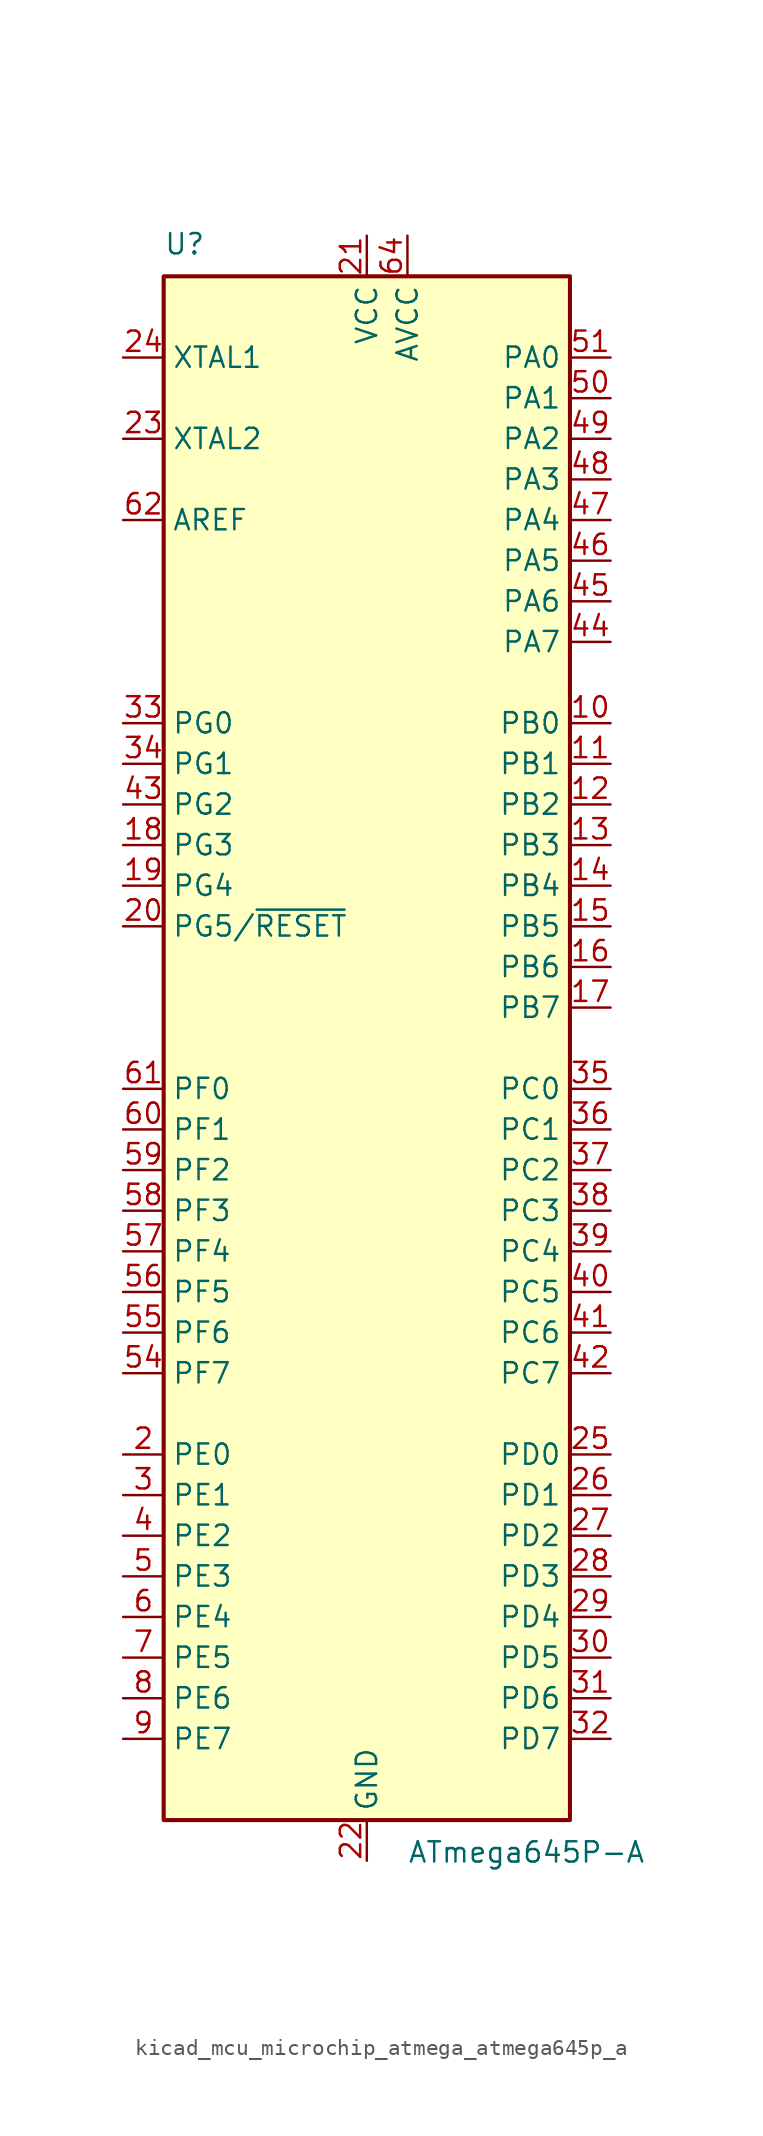
<source format=kicad_sym>
(kicad_symbol_lib
  (version 20220914)
  (generator kicad_symbol_editor)
  (symbol "kicad_mcu_microchip_atmega_atmega645p_a"
    (property "Reference" "U"
      (at -12.7 49.53 0)
      (effects (font (size 1.27 1.27)) (justify left bottom)))
    (property "Value" "ATmega645P-A"
      (at 2.54 -49.53 0)
      (effects (font (size 1.27 1.27)) (justify left top)))
    (symbol "kicad_mcu_microchip_atmega_atmega645p_a_0_1"
      (rectangle (start -12.7 -48.26) (end 12.7 48.26) (stroke (width 0.254) (type default)) (fill (type background))))
    (symbol "kicad_mcu_microchip_atmega_atmega645p_a_1_1"
      (pin no_connect line (at -12.7 -45.72 0) (length 2.54) hide (name "NC" (effects (font (size 1.27 1.27)))) (number "1" (effects (font (size 1.27 1.27)))))
      (pin bidirectional line (at 15.24 20.32 180) (length 2.54) (name "PB0" (effects (font (size 1.27 1.27)))) (number "10" (effects (font (size 1.27 1.27)))))
      (pin bidirectional line (at 15.24 17.78 180) (length 2.54) (name "PB1" (effects (font (size 1.27 1.27)))) (number "11" (effects (font (size 1.27 1.27)))))
      (pin bidirectional line (at 15.24 15.24 180) (length 2.54) (name "PB2" (effects (font (size 1.27 1.27)))) (number "12" (effects (font (size 1.27 1.27)))))
      (pin bidirectional line (at 15.24 12.7 180) (length 2.54) (name "PB3" (effects (font (size 1.27 1.27)))) (number "13" (effects (font (size 1.27 1.27)))))
      (pin bidirectional line (at 15.24 10.16 180) (length 2.54) (name "PB4" (effects (font (size 1.27 1.27)))) (number "14" (effects (font (size 1.27 1.27)))))
      (pin bidirectional line (at 15.24 7.62 180) (length 2.54) (name "PB5" (effects (font (size 1.27 1.27)))) (number "15" (effects (font (size 1.27 1.27)))))
      (pin bidirectional line (at 15.24 5.08 180) (length 2.54) (name "PB6" (effects (font (size 1.27 1.27)))) (number "16" (effects (font (size 1.27 1.27)))))
      (pin bidirectional line (at 15.24 2.54 180) (length 2.54) (name "PB7" (effects (font (size 1.27 1.27)))) (number "17" (effects (font (size 1.27 1.27)))))
      (pin bidirectional line (at -15.24 12.7 0) (length 2.54) (name "PG3" (effects (font (size 1.27 1.27)))) (number "18" (effects (font (size 1.27 1.27)))))
      (pin bidirectional line (at -15.24 10.16 0) (length 2.54) (name "PG4" (effects (font (size 1.27 1.27)))) (number "19" (effects (font (size 1.27 1.27)))))
      (pin bidirectional line (at -15.24 -25.4 0) (length 2.54) (name "PE0" (effects (font (size 1.27 1.27)))) (number "2" (effects (font (size 1.27 1.27)))))
      (pin bidirectional line (at -15.24 7.62 0) (length 2.54) (name "PG5/~{RESET}" (effects (font (size 1.27 1.27)))) (number "20" (effects (font (size 1.27 1.27)))))
      (pin power_in line (at 0 50.8 270) (length 2.54) (name "VCC" (effects (font (size 1.27 1.27)))) (number "21" (effects (font (size 1.27 1.27)))))
      (pin power_in line (at 0 -50.8 90) (length 2.54) (name "GND" (effects (font (size 1.27 1.27)))) (number "22" (effects (font (size 1.27 1.27)))))
      (pin output line (at -15.24 38.1 0) (length 2.54) (name "XTAL2" (effects (font (size 1.27 1.27)))) (number "23" (effects (font (size 1.27 1.27)))))
      (pin input line (at -15.24 43.18 0) (length 2.54) (name "XTAL1" (effects (font (size 1.27 1.27)))) (number "24" (effects (font (size 1.27 1.27)))))
      (pin bidirectional line (at 15.24 -25.4 180) (length 2.54) (name "PD0" (effects (font (size 1.27 1.27)))) (number "25" (effects (font (size 1.27 1.27)))))
      (pin bidirectional line (at 15.24 -27.94 180) (length 2.54) (name "PD1" (effects (font (size 1.27 1.27)))) (number "26" (effects (font (size 1.27 1.27)))))
      (pin bidirectional line (at 15.24 -30.48 180) (length 2.54) (name "PD2" (effects (font (size 1.27 1.27)))) (number "27" (effects (font (size 1.27 1.27)))))
      (pin bidirectional line (at 15.24 -33.02 180) (length 2.54) (name "PD3" (effects (font (size 1.27 1.27)))) (number "28" (effects (font (size 1.27 1.27)))))
      (pin bidirectional line (at 15.24 -35.56 180) (length 2.54) (name "PD4" (effects (font (size 1.27 1.27)))) (number "29" (effects (font (size 1.27 1.27)))))
      (pin bidirectional line (at -15.24 -27.94 0) (length 2.54) (name "PE1" (effects (font (size 1.27 1.27)))) (number "3" (effects (font (size 1.27 1.27)))))
      (pin bidirectional line (at 15.24 -38.1 180) (length 2.54) (name "PD5" (effects (font (size 1.27 1.27)))) (number "30" (effects (font (size 1.27 1.27)))))
      (pin bidirectional line (at 15.24 -40.64 180) (length 2.54) (name "PD6" (effects (font (size 1.27 1.27)))) (number "31" (effects (font (size 1.27 1.27)))))
      (pin bidirectional line (at 15.24 -43.18 180) (length 2.54) (name "PD7" (effects (font (size 1.27 1.27)))) (number "32" (effects (font (size 1.27 1.27)))))
      (pin bidirectional line (at -15.24 20.32 0) (length 2.54) (name "PG0" (effects (font (size 1.27 1.27)))) (number "33" (effects (font (size 1.27 1.27)))))
      (pin bidirectional line (at -15.24 17.78 0) (length 2.54) (name "PG1" (effects (font (size 1.27 1.27)))) (number "34" (effects (font (size 1.27 1.27)))))
      (pin bidirectional line (at 15.24 -2.54 180) (length 2.54) (name "PC0" (effects (font (size 1.27 1.27)))) (number "35" (effects (font (size 1.27 1.27)))))
      (pin bidirectional line (at 15.24 -5.08 180) (length 2.54) (name "PC1" (effects (font (size 1.27 1.27)))) (number "36" (effects (font (size 1.27 1.27)))))
      (pin bidirectional line (at 15.24 -7.62 180) (length 2.54) (name "PC2" (effects (font (size 1.27 1.27)))) (number "37" (effects (font (size 1.27 1.27)))))
      (pin bidirectional line (at 15.24 -10.16 180) (length 2.54) (name "PC3" (effects (font (size 1.27 1.27)))) (number "38" (effects (font (size 1.27 1.27)))))
      (pin bidirectional line (at 15.24 -12.7 180) (length 2.54) (name "PC4" (effects (font (size 1.27 1.27)))) (number "39" (effects (font (size 1.27 1.27)))))
      (pin bidirectional line (at -15.24 -30.48 0) (length 2.54) (name "PE2" (effects (font (size 1.27 1.27)))) (number "4" (effects (font (size 1.27 1.27)))))
      (pin bidirectional line (at 15.24 -15.24 180) (length 2.54) (name "PC5" (effects (font (size 1.27 1.27)))) (number "40" (effects (font (size 1.27 1.27)))))
      (pin bidirectional line (at 15.24 -17.78 180) (length 2.54) (name "PC6" (effects (font (size 1.27 1.27)))) (number "41" (effects (font (size 1.27 1.27)))))
      (pin bidirectional line (at 15.24 -20.32 180) (length 2.54) (name "PC7" (effects (font (size 1.27 1.27)))) (number "42" (effects (font (size 1.27 1.27)))))
      (pin bidirectional line (at -15.24 15.24 0) (length 2.54) (name "PG2" (effects (font (size 1.27 1.27)))) (number "43" (effects (font (size 1.27 1.27)))))
      (pin bidirectional line (at 15.24 25.4 180) (length 2.54) (name "PA7" (effects (font (size 1.27 1.27)))) (number "44" (effects (font (size 1.27 1.27)))))
      (pin bidirectional line (at 15.24 27.94 180) (length 2.54) (name "PA6" (effects (font (size 1.27 1.27)))) (number "45" (effects (font (size 1.27 1.27)))))
      (pin bidirectional line (at 15.24 30.48 180) (length 2.54) (name "PA5" (effects (font (size 1.27 1.27)))) (number "46" (effects (font (size 1.27 1.27)))))
      (pin bidirectional line (at 15.24 33.02 180) (length 2.54) (name "PA4" (effects (font (size 1.27 1.27)))) (number "47" (effects (font (size 1.27 1.27)))))
      (pin bidirectional line (at 15.24 35.56 180) (length 2.54) (name "PA3" (effects (font (size 1.27 1.27)))) (number "48" (effects (font (size 1.27 1.27)))))
      (pin bidirectional line (at 15.24 38.1 180) (length 2.54) (name "PA2" (effects (font (size 1.27 1.27)))) (number "49" (effects (font (size 1.27 1.27)))))
      (pin bidirectional line (at -15.24 -33.02 0) (length 2.54) (name "PE3" (effects (font (size 1.27 1.27)))) (number "5" (effects (font (size 1.27 1.27)))))
      (pin bidirectional line (at 15.24 40.64 180) (length 2.54) (name "PA1" (effects (font (size 1.27 1.27)))) (number "50" (effects (font (size 1.27 1.27)))))
      (pin bidirectional line (at 15.24 43.18 180) (length 2.54) (name "PA0" (effects (font (size 1.27 1.27)))) (number "51" (effects (font (size 1.27 1.27)))))
      (pin passive line (at 0 50.8 270) (length 2.54) hide (name "VCC" (effects (font (size 1.27 1.27)))) (number "52" (effects (font (size 1.27 1.27)))))
      (pin passive line (at 0 -50.8 90) (length 2.54) hide (name "GND" (effects (font (size 1.27 1.27)))) (number "53" (effects (font (size 1.27 1.27)))))
      (pin bidirectional line (at -15.24 -20.32 0) (length 2.54) (name "PF7" (effects (font (size 1.27 1.27)))) (number "54" (effects (font (size 1.27 1.27)))))
      (pin bidirectional line (at -15.24 -17.78 0) (length 2.54) (name "PF6" (effects (font (size 1.27 1.27)))) (number "55" (effects (font (size 1.27 1.27)))))
      (pin bidirectional line (at -15.24 -15.24 0) (length 2.54) (name "PF5" (effects (font (size 1.27 1.27)))) (number "56" (effects (font (size 1.27 1.27)))))
      (pin bidirectional line (at -15.24 -12.7 0) (length 2.54) (name "PF4" (effects (font (size 1.27 1.27)))) (number "57" (effects (font (size 1.27 1.27)))))
      (pin bidirectional line (at -15.24 -10.16 0) (length 2.54) (name "PF3" (effects (font (size 1.27 1.27)))) (number "58" (effects (font (size 1.27 1.27)))))
      (pin bidirectional line (at -15.24 -7.62 0) (length 2.54) (name "PF2" (effects (font (size 1.27 1.27)))) (number "59" (effects (font (size 1.27 1.27)))))
      (pin bidirectional line (at -15.24 -35.56 0) (length 2.54) (name "PE4" (effects (font (size 1.27 1.27)))) (number "6" (effects (font (size 1.27 1.27)))))
      (pin bidirectional line (at -15.24 -5.08 0) (length 2.54) (name "PF1" (effects (font (size 1.27 1.27)))) (number "60" (effects (font (size 1.27 1.27)))))
      (pin bidirectional line (at -15.24 -2.54 0) (length 2.54) (name "PF0" (effects (font (size 1.27 1.27)))) (number "61" (effects (font (size 1.27 1.27)))))
      (pin passive line (at -15.24 33.02 0) (length 2.54) (name "AREF" (effects (font (size 1.27 1.27)))) (number "62" (effects (font (size 1.27 1.27)))))
      (pin passive line (at 0 -50.8 90) (length 2.54) hide (name "GND" (effects (font (size 1.27 1.27)))) (number "63" (effects (font (size 1.27 1.27)))))
      (pin power_in line (at 2.54 50.8 270) (length 2.54) (name "AVCC" (effects (font (size 1.27 1.27)))) (number "64" (effects (font (size 1.27 1.27)))))
      (pin bidirectional line (at -15.24 -38.1 0) (length 2.54) (name "PE5" (effects (font (size 1.27 1.27)))) (number "7" (effects (font (size 1.27 1.27)))))
      (pin bidirectional line (at -15.24 -40.64 0) (length 2.54) (name "PE6" (effects (font (size 1.27 1.27)))) (number "8" (effects (font (size 1.27 1.27)))))
      (pin bidirectional line (at -15.24 -43.18 0) (length 2.54) (name "PE7" (effects (font (size 1.27 1.27)))) (number "9" (effects (font (size 1.27 1.27))))))))
</source>
